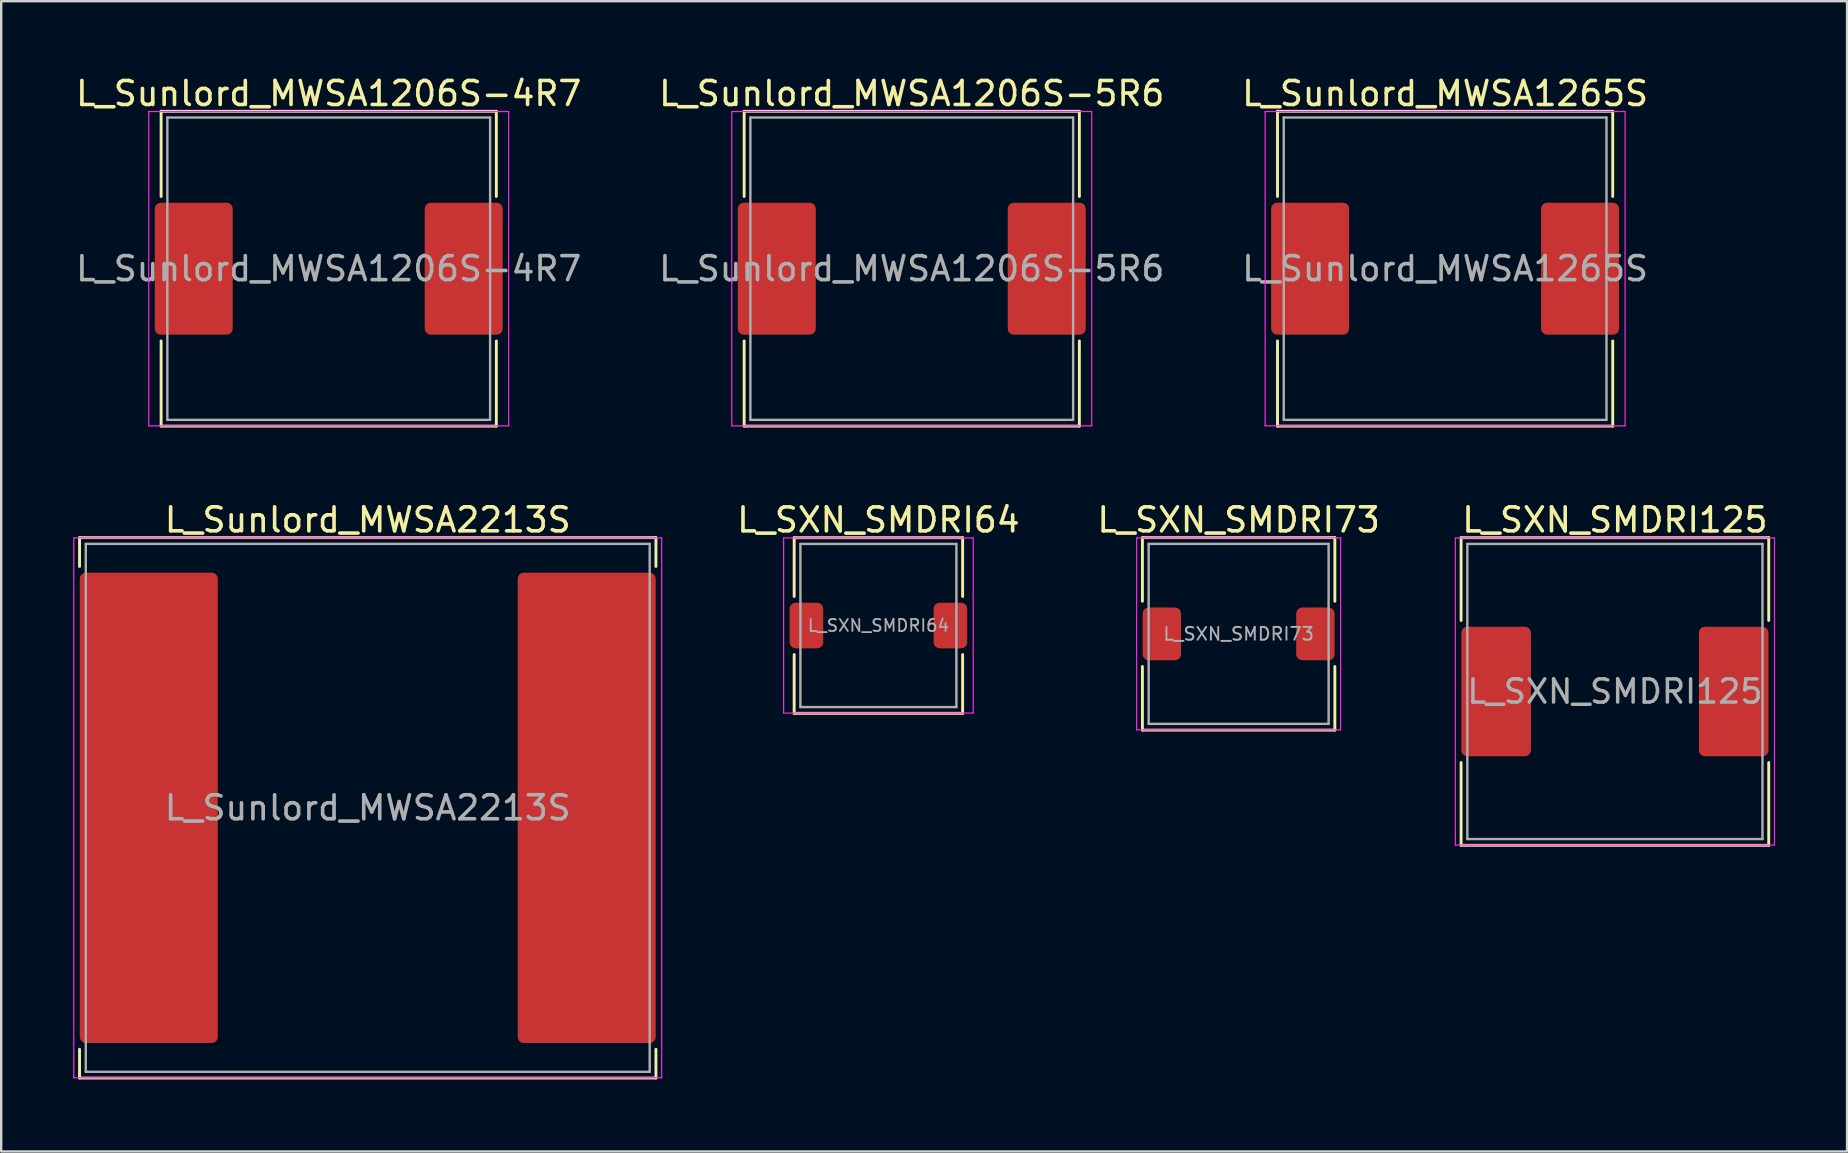
<source format=kicad_pcb>
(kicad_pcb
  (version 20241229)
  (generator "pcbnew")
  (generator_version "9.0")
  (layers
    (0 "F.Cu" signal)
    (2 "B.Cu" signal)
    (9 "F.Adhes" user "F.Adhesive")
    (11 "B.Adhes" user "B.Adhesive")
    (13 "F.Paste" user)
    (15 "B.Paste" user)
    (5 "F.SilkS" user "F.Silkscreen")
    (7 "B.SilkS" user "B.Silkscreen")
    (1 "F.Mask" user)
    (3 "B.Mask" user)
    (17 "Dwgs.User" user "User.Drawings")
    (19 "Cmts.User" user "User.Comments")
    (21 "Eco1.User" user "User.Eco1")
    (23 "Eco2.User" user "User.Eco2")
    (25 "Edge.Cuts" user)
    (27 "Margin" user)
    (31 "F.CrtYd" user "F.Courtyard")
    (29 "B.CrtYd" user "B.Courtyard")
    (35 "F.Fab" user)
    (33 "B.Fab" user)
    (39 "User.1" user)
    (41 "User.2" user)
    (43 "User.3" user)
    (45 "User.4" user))
  (footprint "L_SXN_SMDRI64"
    (layer "F.Cu")
    (at 33.556 23.017)
    (property "Reference" "L_SXN_SMDRI64" (at 0 -4.4 0) (layer "F.SilkS") (effects (font (size 1 1) (thickness 0.15))))
    (attr smd)
    (fp_line (start -3.51 -3.66) (end -3.51 -1.21) (stroke (width 0.12) (type solid)) (layer "F.SilkS"))
    (fp_line (start -3.51 -3.66) (end 3.51 -3.66) (stroke (width 0.12) (type solid)) (layer "F.SilkS"))
    (fp_line (start -3.51 3.66) (end -3.51 1.21) (stroke (width 0.12) (type solid)) (layer "F.SilkS"))
    (fp_line (start -3.51 3.66) (end 3.51 3.66) (stroke (width 0.12) (type solid)) (layer "F.SilkS"))
    (fp_line (start 3.51 -3.66) (end 3.51 -1.21) (stroke (width 0.12) (type solid)) (layer "F.SilkS"))
    (fp_line (start 3.51 3.66) (end 3.51 1.21) (stroke (width 0.12) (type solid)) (layer "F.SilkS"))
    (fp_line (start -3.95 -3.65) (end -3.95 3.65) (stroke (width 0.05) (type solid)) (layer "F.CrtYd"))
    (fp_line (start -3.95 3.65) (end 3.95 3.65) (stroke (width 0.05) (type solid)) (layer "F.CrtYd"))
    (fp_line (start 3.95 -3.65) (end -3.95 -3.65) (stroke (width 0.05) (type solid)) (layer "F.CrtYd"))
    (fp_line (start 3.95 3.65) (end 3.95 -3.65) (stroke (width 0.05) (type solid)) (layer "F.CrtYd"))
    (fp_line (start -3.25 -3.4) (end -3.25 3.4) (stroke (width 0.1) (type solid)) (layer "F.Fab"))
    (fp_line (start -3.25 3.4) (end 3.25 3.4) (stroke (width 0.1) (type solid)) (layer "F.Fab"))
    (fp_line (start 3.25 -3.4) (end -3.25 -3.4) (stroke (width 0.1) (type solid)) (layer "F.Fab"))
    (fp_line (start 3.25 3.4) (end 3.25 -3.4) (stroke (width 0.1) (type solid)) (layer "F.Fab"))
    (fp_text user "${REFERENCE}" (at 0 0 0) (layer "F.Fab") (effects (font (size 0.5 0.5) (thickness 0.075))))
    (pad "1" smd roundrect (at -3 0) (size 1.4 1.9) (layers "F.Cu" "F.Mask" "F.Paste") (roundrect_rratio 0.179))
    (pad "2" smd roundrect (at 3 0) (size 1.4 1.9) (layers "F.Cu" "F.Mask" "F.Paste") (roundrect_rratio 0.179)))
  (footprint "L_Sunlord_MWSA1206S-4R7"
    (layer "F.Cu")
    (at 10.649 8.148)
    (property "Reference" "L_Sunlord_MWSA1206S-4R7" (at 0 -7.3 0) (layer "F.SilkS") (effects (font (size 1 1) (thickness 0.15))))
    (attr smd)
    (fp_line (start -6.985 -6.56) (end -6.985 -3.01) (stroke (width 0.12) (type solid)) (layer "F.SilkS"))
    (fp_line (start -6.985 -6.56) (end 6.985 -6.56) (stroke (width 0.12) (type solid)) (layer "F.SilkS"))
    (fp_line (start -6.985 6.56) (end -6.985 3.01) (stroke (width 0.12) (type solid)) (layer "F.SilkS"))
    (fp_line (start -6.985 6.56) (end 6.985 6.56) (stroke (width 0.12) (type solid)) (layer "F.SilkS"))
    (fp_line (start 6.985 -6.56) (end 6.985 -3.01) (stroke (width 0.12) (type solid)) (layer "F.SilkS"))
    (fp_line (start 6.985 6.56) (end 6.985 3.01) (stroke (width 0.12) (type solid)) (layer "F.SilkS"))
    (fp_line (start -7.5 -6.55) (end -7.5 6.55) (stroke (width 0.05) (type solid)) (layer "F.CrtYd"))
    (fp_line (start -7.5 6.55) (end 7.5 6.55) (stroke (width 0.05) (type solid)) (layer "F.CrtYd"))
    (fp_line (start 7.5 -6.55) (end -7.5 -6.55) (stroke (width 0.05) (type solid)) (layer "F.CrtYd"))
    (fp_line (start 7.5 6.55) (end 7.5 -6.55) (stroke (width 0.05) (type solid)) (layer "F.CrtYd"))
    (fp_line (start -6.725 -6.3) (end -6.725 6.3) (stroke (width 0.1) (type solid)) (layer "F.Fab"))
    (fp_line (start -6.725 6.3) (end 6.725 6.3) (stroke (width 0.1) (type solid)) (layer "F.Fab"))
    (fp_line (start 6.725 -6.3) (end -6.725 -6.3) (stroke (width 0.1) (type solid)) (layer "F.Fab"))
    (fp_line (start 6.725 6.3) (end 6.725 -6.3) (stroke (width 0.1) (type solid)) (layer "F.Fab"))
    (fp_text user "${REFERENCE}" (at 0 0 0) (layer "F.Fab") (effects (font (size 1 1) (thickness 0.15))))
    (pad "1" smd roundrect (at -5.625 0) (size 3.25 5.5) (layers "F.Cu" "F.Mask" "F.Paste") (roundrect_rratio 0.077))
    (pad "2" smd roundrect (at 5.625 0) (size 3.25 5.5) (layers "F.Cu" "F.Mask" "F.Paste") (roundrect_rratio 0.077)))
  (footprint "L_Sunlord_MWSA1206S-5R6"
    (layer "F.Cu")
    (at 34.946 8.148)
    (property "Reference" "L_Sunlord_MWSA1206S-5R6" (at 0 -7.3 0) (layer "F.SilkS") (effects (font (size 1 1) (thickness 0.15))))
    (attr smd)
    (fp_line (start -6.985 -6.56) (end -6.985 -3.01) (stroke (width 0.12) (type solid)) (layer "F.SilkS"))
    (fp_line (start -6.985 -6.56) (end 6.985 -6.56) (stroke (width 0.12) (type solid)) (layer "F.SilkS"))
    (fp_line (start -6.985 6.56) (end -6.985 3.01) (stroke (width 0.12) (type solid)) (layer "F.SilkS"))
    (fp_line (start -6.985 6.56) (end 6.985 6.56) (stroke (width 0.12) (type solid)) (layer "F.SilkS"))
    (fp_line (start 6.985 -6.56) (end 6.985 -3.01) (stroke (width 0.12) (type solid)) (layer "F.SilkS"))
    (fp_line (start 6.985 6.56) (end 6.985 3.01) (stroke (width 0.12) (type solid)) (layer "F.SilkS"))
    (fp_line (start -7.5 -6.55) (end -7.5 6.55) (stroke (width 0.05) (type solid)) (layer "F.CrtYd"))
    (fp_line (start -7.5 6.55) (end 7.5 6.55) (stroke (width 0.05) (type solid)) (layer "F.CrtYd"))
    (fp_line (start 7.5 -6.55) (end -7.5 -6.55) (stroke (width 0.05) (type solid)) (layer "F.CrtYd"))
    (fp_line (start 7.5 6.55) (end 7.5 -6.55) (stroke (width 0.05) (type solid)) (layer "F.CrtYd"))
    (fp_line (start -6.725 -6.3) (end -6.725 6.3) (stroke (width 0.1) (type solid)) (layer "F.Fab"))
    (fp_line (start -6.725 6.3) (end 6.725 6.3) (stroke (width 0.1) (type solid)) (layer "F.Fab"))
    (fp_line (start 6.725 -6.3) (end -6.725 -6.3) (stroke (width 0.1) (type solid)) (layer "F.Fab"))
    (fp_line (start 6.725 6.3) (end 6.725 -6.3) (stroke (width 0.1) (type solid)) (layer "F.Fab"))
    (fp_text user "${REFERENCE}" (at 0 0 0) (layer "F.Fab") (effects (font (size 1 1) (thickness 0.15))))
    (pad "1" smd roundrect (at -5.625 0) (size 3.25 5.5) (layers "F.Cu" "F.Mask" "F.Paste") (roundrect_rratio 0.077))
    (pad "2" smd roundrect (at 5.625 0) (size 3.25 5.5) (layers "F.Cu" "F.Mask" "F.Paste") (roundrect_rratio 0.077)))
  (footprint "L_Sunlord_MWSA1265S"
    (layer "F.Cu")
    (at 57.173 8.148)
    (property "Reference" "L_Sunlord_MWSA1265S" (at 0 -7.3 0) (layer "F.SilkS") (effects (font (size 1 1) (thickness 0.15))))
    (attr smd)
    (fp_line (start -6.985 -6.56) (end -6.985 -3.01) (stroke (width 0.12) (type solid)) (layer "F.SilkS"))
    (fp_line (start -6.985 -6.56) (end 6.985 -6.56) (stroke (width 0.12) (type solid)) (layer "F.SilkS"))
    (fp_line (start -6.985 6.56) (end -6.985 3.01) (stroke (width 0.12) (type solid)) (layer "F.SilkS"))
    (fp_line (start -6.985 6.56) (end 6.985 6.56) (stroke (width 0.12) (type solid)) (layer "F.SilkS"))
    (fp_line (start 6.985 -6.56) (end 6.985 -3.01) (stroke (width 0.12) (type solid)) (layer "F.SilkS"))
    (fp_line (start 6.985 6.56) (end 6.985 3.01) (stroke (width 0.12) (type solid)) (layer "F.SilkS"))
    (fp_line (start -7.5 -6.55) (end -7.5 6.55) (stroke (width 0.05) (type solid)) (layer "F.CrtYd"))
    (fp_line (start -7.5 6.55) (end 7.5 6.55) (stroke (width 0.05) (type solid)) (layer "F.CrtYd"))
    (fp_line (start 7.5 -6.55) (end -7.5 -6.55) (stroke (width 0.05) (type solid)) (layer "F.CrtYd"))
    (fp_line (start 7.5 6.55) (end 7.5 -6.55) (stroke (width 0.05) (type solid)) (layer "F.CrtYd"))
    (fp_line (start -6.725 -6.3) (end -6.725 6.3) (stroke (width 0.1) (type solid)) (layer "F.Fab"))
    (fp_line (start -6.725 6.3) (end 6.725 6.3) (stroke (width 0.1) (type solid)) (layer "F.Fab"))
    (fp_line (start 6.725 -6.3) (end -6.725 -6.3) (stroke (width 0.1) (type solid)) (layer "F.Fab"))
    (fp_line (start 6.725 6.3) (end 6.725 -6.3) (stroke (width 0.1) (type solid)) (layer "F.Fab"))
    (fp_text user "${REFERENCE}" (at 0 0 0) (layer "F.Fab") (effects (font (size 1 1) (thickness 0.15))))
    (pad "1" smd roundrect (at -5.625 0) (size 3.25 5.5) (layers "F.Cu" "F.Mask" "F.Paste") (roundrect_rratio 0.077))
    (pad "2" smd roundrect (at 5.625 0) (size 3.25 5.5) (layers "F.Cu" "F.Mask" "F.Paste") (roundrect_rratio 0.077)))
  (footprint "L_Sunlord_MWSA2213S"
    (layer "F.Cu")
    (at 12.275 30.616)
    (property "Reference" "L_Sunlord_MWSA2213S" (at 0 -12 0) (layer "F.SilkS") (effects (font (size 1 1) (thickness 0.15))))
    (attr smd)
    (fp_line (start -12.01 -11.26) (end -12.01 -10.06) (stroke (width 0.12) (type solid)) (layer "F.SilkS"))
    (fp_line (start -12.01 -11.26) (end 12.01 -11.26) (stroke (width 0.12) (type solid)) (layer "F.SilkS"))
    (fp_line (start -12.01 11.26) (end -12.01 10.06) (stroke (width 0.12) (type solid)) (layer "F.SilkS"))
    (fp_line (start -12.01 11.26) (end 12.01 11.26) (stroke (width 0.12) (type solid)) (layer "F.SilkS"))
    (fp_line (start 12.01 -11.26) (end 12.01 -10.06) (stroke (width 0.12) (type solid)) (layer "F.SilkS"))
    (fp_line (start 12.01 11.26) (end 12.01 10.06) (stroke (width 0.12) (type solid)) (layer "F.SilkS"))
    (fp_line (start -12.25 -11.25) (end -12.25 11.25) (stroke (width 0.05) (type solid)) (layer "F.CrtYd"))
    (fp_line (start -12.25 11.25) (end 12.25 11.25) (stroke (width 0.05) (type solid)) (layer "F.CrtYd"))
    (fp_line (start 12.25 -11.25) (end -12.25 -11.25) (stroke (width 0.05) (type solid)) (layer "F.CrtYd"))
    (fp_line (start 12.25 11.25) (end 12.25 -11.25) (stroke (width 0.05) (type solid)) (layer "F.CrtYd"))
    (fp_line (start -11.75 -11) (end -11.75 11) (stroke (width 0.1) (type solid)) (layer "F.Fab"))
    (fp_line (start -11.75 11) (end 11.75 11) (stroke (width 0.1) (type solid)) (layer "F.Fab"))
    (fp_line (start 11.75 -11) (end -11.75 -11) (stroke (width 0.1) (type solid)) (layer "F.Fab"))
    (fp_line (start 11.75 11) (end 11.75 -11) (stroke (width 0.1) (type solid)) (layer "F.Fab"))
    (fp_text user "${REFERENCE}" (at 0 0 0) (layer "F.Fab") (effects (font (size 1 1) (thickness 0.15))))
    (pad "1" smd roundrect (at -9.125 0) (size 5.75 19.6) (layers "F.Cu" "F.Mask" "F.Paste") (roundrect_rratio 0.043))
    (pad "2" smd roundrect (at 9.125 0) (size 5.75 19.6) (layers "F.Cu" "F.Mask" "F.Paste") (roundrect_rratio 0.043)))
  (footprint "L_SXN_SMDRI125"
    (layer "F.Cu")
    (at 64.249 25.767)
    (property "Reference" "L_SXN_SMDRI125" (at 0 -7.15 0) (layer "F.SilkS") (effects (font (size 1 1) (thickness 0.15))))
    (attr smd)
    (fp_line (start -6.41 -6.41) (end -6.41 -2.96) (stroke (width 0.12) (type solid)) (layer "F.SilkS"))
    (fp_line (start -6.41 -6.41) (end 6.41 -6.41) (stroke (width 0.12) (type solid)) (layer "F.SilkS"))
    (fp_line (start -6.41 6.41) (end -6.41 2.96) (stroke (width 0.12) (type solid)) (layer "F.SilkS"))
    (fp_line (start -6.41 6.41) (end 6.41 6.41) (stroke (width 0.12) (type solid)) (layer "F.SilkS"))
    (fp_line (start 6.41 -6.41) (end 6.41 -2.96) (stroke (width 0.12) (type solid)) (layer "F.SilkS"))
    (fp_line (start 6.41 6.41) (end 6.41 2.96) (stroke (width 0.12) (type solid)) (layer "F.SilkS"))
    (fp_line (start -6.65 -6.4) (end -6.65 6.4) (stroke (width 0.05) (type solid)) (layer "F.CrtYd"))
    (fp_line (start -6.65 6.4) (end 6.65 6.4) (stroke (width 0.05) (type solid)) (layer "F.CrtYd"))
    (fp_line (start 6.65 -6.4) (end -6.65 -6.4) (stroke (width 0.05) (type solid)) (layer "F.CrtYd"))
    (fp_line (start 6.65 6.4) (end 6.65 -6.4) (stroke (width 0.05) (type solid)) (layer "F.CrtYd"))
    (fp_line (start -6.15 -6.15) (end -6.15 6.15) (stroke (width 0.1) (type solid)) (layer "F.Fab"))
    (fp_line (start -6.15 6.15) (end 6.15 6.15) (stroke (width 0.1) (type solid)) (layer "F.Fab"))
    (fp_line (start 6.15 -6.15) (end -6.15 -6.15) (stroke (width 0.1) (type solid)) (layer "F.Fab"))
    (fp_line (start 6.15 6.15) (end 6.15 -6.15) (stroke (width 0.1) (type solid)) (layer "F.Fab"))
    (fp_text user "${REFERENCE}" (at 0 0 0) (layer "F.Fab") (effects (font (size 0.967 0.967) (thickness 0.145))))
    (pad "1" smd roundrect (at -4.95 0) (size 2.9 5.4) (layers "F.Cu" "F.Mask" "F.Paste") (roundrect_rratio 0.086))
    (pad "2" smd roundrect (at 4.95 0) (size 2.9 5.4) (layers "F.Cu" "F.Mask" "F.Paste") (roundrect_rratio 0.086)))
  (footprint "L_SXN_SMDRI73"
    (layer "F.Cu")
    (at 48.568 23.366)
    (property "Reference" "L_SXN_SMDRI73" (at 0 -4.75 0) (layer "F.SilkS") (effects (font (size 1 1) (thickness 0.15))))
    (attr smd)
    (fp_line (start -4.01 -4.01) (end -4.01 -1.36) (stroke (width 0.12) (type solid)) (layer "F.SilkS"))
    (fp_line (start -4.01 -4.01) (end 4.01 -4.01) (stroke (width 0.12) (type solid)) (layer "F.SilkS"))
    (fp_line (start -4.01 4.01) (end -4.01 1.36) (stroke (width 0.12) (type solid)) (layer "F.SilkS"))
    (fp_line (start -4.01 4.01) (end 4.01 4.01) (stroke (width 0.12) (type solid)) (layer "F.SilkS"))
    (fp_line (start 4.01 -4.01) (end 4.01 -1.36) (stroke (width 0.12) (type solid)) (layer "F.SilkS"))
    (fp_line (start 4.01 4.01) (end 4.01 1.36) (stroke (width 0.12) (type solid)) (layer "F.SilkS"))
    (fp_line (start -4.25 -4) (end -4.25 4) (stroke (width 0.05) (type solid)) (layer "F.CrtYd"))
    (fp_line (start -4.25 4) (end 4.25 4) (stroke (width 0.05) (type solid)) (layer "F.CrtYd"))
    (fp_line (start 4.25 -4) (end -4.25 -4) (stroke (width 0.05) (type solid)) (layer "F.CrtYd"))
    (fp_line (start 4.25 4) (end 4.25 -4) (stroke (width 0.05) (type solid)) (layer "F.CrtYd"))
    (fp_line (start -3.75 -3.75) (end -3.75 3.75) (stroke (width 0.1) (type solid)) (layer "F.Fab"))
    (fp_line (start -3.75 3.75) (end 3.75 3.75) (stroke (width 0.1) (type solid)) (layer "F.Fab"))
    (fp_line (start 3.75 -3.75) (end -3.75 -3.75) (stroke (width 0.1) (type solid)) (layer "F.Fab"))
    (fp_line (start 3.75 3.75) (end 3.75 -3.75) (stroke (width 0.1) (type solid)) (layer "F.Fab"))
    (fp_text user "${REFERENCE}" (at 0 0 0) (layer "F.Fab") (effects (font (size 0.533 0.533) (thickness 0.08))))
    (pad "1" smd roundrect (at -3.2 0) (size 1.6 2.2) (layers "F.Cu" "F.Mask" "F.Paste") (roundrect_rratio 0.156))
    (pad "2" smd roundrect (at 3.2 0) (size 1.6 2.2) (layers "F.Cu" "F.Mask" "F.Paste") (roundrect_rratio 0.156)))
  (gr_rect
    (start -3 -3)
    (end 73.924 44.937)
    (stroke (width 0.1) (type default))
    (fill no)
    (layer "Edge.Cuts")))
</source>
